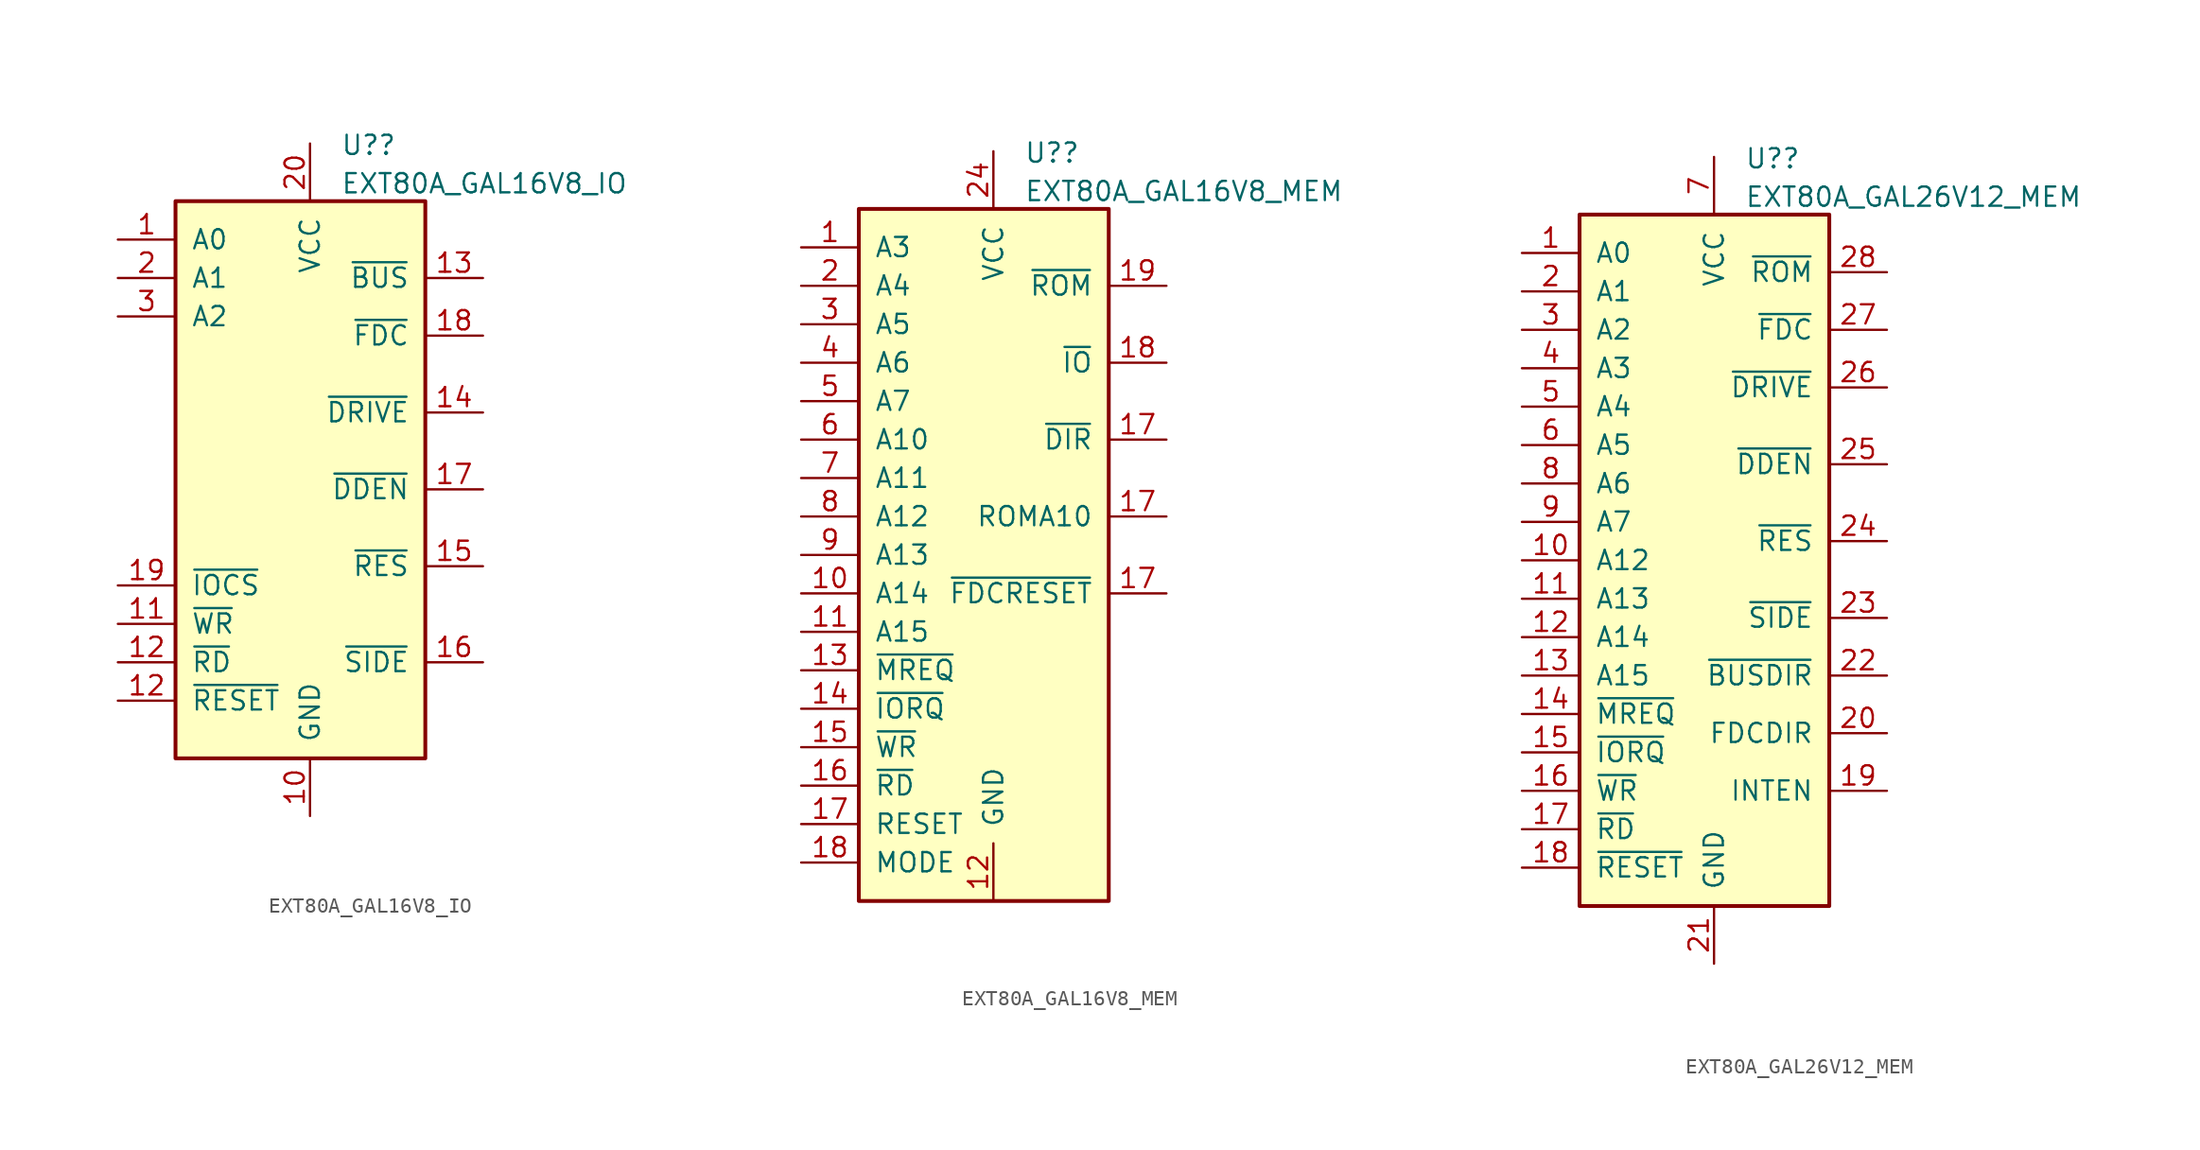
<source format=kicad_sym>
(kicad_symbol_lib
  (version 20220914)
  (generator kicad_symbol_editor)
  (symbol "EXT80A_GAL16V8_IO"
    (pin_names
      (offset 1.016))
    (property "Reference" "U?"
      (at 2.019 18.94 0)
      (effects (font (size 1.27 1.27)) (justify left)))
    (property "Value" "EXT80A_GAL16V8_IO"
      (at 2.019 16.403 0)
      (effects (font (size 1.27 1.27)) (justify left)))
    (symbol "EXT80A_GAL16V8_IO_0_0"
      (pin power_in line (at 0 -25.4 90) (length 3.81) (name "GND" (effects (font (size 1.27 1.27)))) (number "10" (effects (font (size 1.27 1.27)))))
      (pin power_in line (at 0 19.05 270) (length 3.81) (name "VCC" (effects (font (size 1.27 1.27)))) (number "20" (effects (font (size 1.27 1.27))))))
    (symbol "EXT80A_GAL16V8_IO_0_1"
      (rectangle (start -8.89 15.24) (end 7.62 -21.59) (stroke (width 0.254) (type default)) (fill (type background))))
    (symbol "EXT80A_GAL16V8_IO_1_1"
      (pin input line (at -12.7 12.7 0) (length 3.81) (name "A0" (effects (font (size 1.27 1.27)))) (number "1" (effects (font (size 1.27 1.27)))))
      (pin input line (at -12.7 -12.7 0) (length 3.81) (name "~{WR}" (effects (font (size 1.27 1.27)))) (number "11" (effects (font (size 1.27 1.27)))))
      (pin input line (at -12.7 -15.24 0) (length 3.81) (name "~{RD}" (effects (font (size 1.27 1.27)))) (number "12" (effects (font (size 1.27 1.27)))))
      (pin input line (at -12.7 -17.78 0) (length 3.81) (name "~{RESET}" (effects (font (size 1.27 1.27)))) (number "12" (effects (font (size 1.27 1.27)))))
      (pin output line (at 11.43 10.16 180) (length 3.81) (name "~{BUS}" (effects (font (size 1.27 1.27)))) (number "13" (effects (font (size 1.27 1.27)))))
      (pin output line (at 11.43 1.27 180) (length 3.81) (name "~{DRIVE}" (effects (font (size 1.27 1.27)))) (number "14" (effects (font (size 1.27 1.27)))))
      (pin output line (at 11.43 -8.89 180) (length 3.81) (name "~{RES}" (effects (font (size 1.27 1.27)))) (number "15" (effects (font (size 1.27 1.27)))))
      (pin output line (at 11.43 -15.24 180) (length 3.81) (name "~{SIDE}" (effects (font (size 1.27 1.27)))) (number "16" (effects (font (size 1.27 1.27)))))
      (pin output line (at 11.43 -3.81 180) (length 3.81) (name "~{DDEN}" (effects (font (size 1.27 1.27)))) (number "17" (effects (font (size 1.27 1.27)))))
      (pin output line (at 11.43 6.35 180) (length 3.81) (name "~{FDC}" (effects (font (size 1.27 1.27)))) (number "18" (effects (font (size 1.27 1.27)))))
      (pin input line (at -12.7 -10.16 0) (length 3.81) (name "~{IOCS}" (effects (font (size 1.27 1.27)))) (number "19" (effects (font (size 1.27 1.27)))))
      (pin input line (at -12.7 10.16 0) (length 3.81) (name "A1" (effects (font (size 1.27 1.27)))) (number "2" (effects (font (size 1.27 1.27)))))
      (pin input line (at -12.7 7.62 0) (length 3.81) (name "A2" (effects (font (size 1.27 1.27)))) (number "3" (effects (font (size 1.27 1.27)))))))
  (symbol "EXT80A_GAL16V8_MEM"
    (pin_names
      (offset 1.016))
    (property "Reference" "U?"
      (at 2.019 18.94 0)
      (effects (font (size 1.27 1.27)) (justify left)))
    (property "Value" "EXT80A_GAL16V8_MEM"
      (at 2.019 16.403 0)
      (effects (font (size 1.27 1.27)) (justify left)))
    (symbol "EXT80A_GAL16V8_MEM_0_0"
      (pin power_in line (at 0 -30.48 90) (length 3.81) (name "GND" (effects (font (size 1.27 1.27)))) (number "12" (effects (font (size 1.27 1.27)))))
      (pin power_in line (at 0 19.05 270) (length 3.81) (name "VCC" (effects (font (size 1.27 1.27)))) (number "24" (effects (font (size 1.27 1.27))))))
    (symbol "EXT80A_GAL16V8_MEM_0_1"
      (rectangle (start -8.89 15.24) (end 7.62 -30.48) (stroke (width 0.254) (type default)) (fill (type background))))
    (symbol "EXT80A_GAL16V8_MEM_1_1"
      (pin input line (at -12.7 12.7 0) (length 3.81) (name "A3" (effects (font (size 1.27 1.27)))) (number "1" (effects (font (size 1.27 1.27)))))
      (pin input line (at -12.7 -10.16 0) (length 3.81) (name "A14" (effects (font (size 1.27 1.27)))) (number "10" (effects (font (size 1.27 1.27)))))
      (pin input line (at -12.7 -12.7 0) (length 3.81) (name "A15" (effects (font (size 1.27 1.27)))) (number "11" (effects (font (size 1.27 1.27)))))
      (pin input line (at -12.7 -15.24 0) (length 3.81) (name "~{MREQ}" (effects (font (size 1.27 1.27)))) (number "13" (effects (font (size 1.27 1.27)))))
      (pin input line (at -12.7 -17.78 0) (length 3.81) (name "~{IORQ}" (effects (font (size 1.27 1.27)))) (number "14" (effects (font (size 1.27 1.27)))))
      (pin input line (at -12.7 -20.32 0) (length 3.81) (name "~{WR}" (effects (font (size 1.27 1.27)))) (number "15" (effects (font (size 1.27 1.27)))))
      (pin input line (at -12.7 -22.86 0) (length 3.81) (name "~{RD}" (effects (font (size 1.27 1.27)))) (number "16" (effects (font (size 1.27 1.27)))))
      (pin input line (at -12.7 -25.4 0) (length 3.81) (name "RESET" (effects (font (size 1.27 1.27)))) (number "17" (effects (font (size 1.27 1.27)))))
      (pin output line (at 11.43 -5.08 180) (length 3.81) (name "ROMA10" (effects (font (size 1.27 1.27)))) (number "17" (effects (font (size 1.27 1.27)))))
      (pin output line (at 11.43 0 180) (length 3.81) (name "~{DIR}" (effects (font (size 1.27 1.27)))) (number "17" (effects (font (size 1.27 1.27)))))
      (pin output line (at 11.43 -10.16 180) (length 3.81) (name "~{FDCRESET}" (effects (font (size 1.27 1.27)))) (number "17" (effects (font (size 1.27 1.27)))))
      (pin input line (at -12.7 -27.94 0) (length 3.81) (name "MODE" (effects (font (size 1.27 1.27)))) (number "18" (effects (font (size 1.27 1.27)))))
      (pin output line (at 11.43 5.08 180) (length 3.81) (name "~{IO}" (effects (font (size 1.27 1.27)))) (number "18" (effects (font (size 1.27 1.27)))))
      (pin output line (at 11.43 10.16 180) (length 3.81) (name "~{ROM}" (effects (font (size 1.27 1.27)))) (number "19" (effects (font (size 1.27 1.27)))))
      (pin input line (at -12.7 10.16 0) (length 3.81) (name "A4" (effects (font (size 1.27 1.27)))) (number "2" (effects (font (size 1.27 1.27)))))
      (pin input line (at -12.7 7.62 0) (length 3.81) (name "A5" (effects (font (size 1.27 1.27)))) (number "3" (effects (font (size 1.27 1.27)))))
      (pin input line (at -12.7 5.08 0) (length 3.81) (name "A6" (effects (font (size 1.27 1.27)))) (number "4" (effects (font (size 1.27 1.27)))))
      (pin input line (at -12.7 2.54 0) (length 3.81) (name "A7" (effects (font (size 1.27 1.27)))) (number "5" (effects (font (size 1.27 1.27)))))
      (pin input line (at -12.7 0 0) (length 3.81) (name "A10" (effects (font (size 1.27 1.27)))) (number "6" (effects (font (size 1.27 1.27)))))
      (pin input line (at -12.7 -2.54 0) (length 3.81) (name "A11" (effects (font (size 1.27 1.27)))) (number "7" (effects (font (size 1.27 1.27)))))
      (pin input line (at -12.7 -5.08 0) (length 3.81) (name "A12" (effects (font (size 1.27 1.27)))) (number "8" (effects (font (size 1.27 1.27)))))
      (pin input line (at -12.7 -7.62 0) (length 3.81) (name "A13" (effects (font (size 1.27 1.27)))) (number "9" (effects (font (size 1.27 1.27)))))))
  (symbol "EXT80A_GAL26V12_MEM"
    (pin_names
      (offset 1.016))
    (property "Reference" "U?"
      (at 2.019 18.94 0)
      (effects (font (size 1.27 1.27)) (justify left)))
    (property "Value" "EXT80A_GAL26V12_MEM"
      (at 2.019 16.403 0)
      (effects (font (size 1.27 1.27)) (justify left)))
    (symbol "EXT80A_GAL26V12_MEM_0_0"
      (pin power_in line (at 0 -34.29 90) (length 3.81) (name "GND" (effects (font (size 1.27 1.27)))) (number "21" (effects (font (size 1.27 1.27)))))
      (pin power_in line (at 0 19.05 270) (length 3.81) (name "VCC" (effects (font (size 1.27 1.27)))) (number "7" (effects (font (size 1.27 1.27))))))
    (symbol "EXT80A_GAL26V12_MEM_0_1"
      (rectangle (start -8.89 15.24) (end 7.62 -30.48) (stroke (width 0.254) (type default)) (fill (type background))))
    (symbol "EXT80A_GAL26V12_MEM_1_1"
      (pin input line (at -12.7 12.7 0) (length 3.81) (name "A0" (effects (font (size 1.27 1.27)))) (number "1" (effects (font (size 1.27 1.27)))))
      (pin input line (at -12.7 -7.62 0) (length 3.81) (name "A12" (effects (font (size 1.27 1.27)))) (number "10" (effects (font (size 1.27 1.27)))))
      (pin input line (at -12.7 -10.16 0) (length 3.81) (name "A13" (effects (font (size 1.27 1.27)))) (number "11" (effects (font (size 1.27 1.27)))))
      (pin input line (at -12.7 -12.7 0) (length 3.81) (name "A14" (effects (font (size 1.27 1.27)))) (number "12" (effects (font (size 1.27 1.27)))))
      (pin input line (at -12.7 -15.24 0) (length 3.81) (name "A15" (effects (font (size 1.27 1.27)))) (number "13" (effects (font (size 1.27 1.27)))))
      (pin input line (at -12.7 -17.78 0) (length 3.81) (name "~{MREQ}" (effects (font (size 1.27 1.27)))) (number "14" (effects (font (size 1.27 1.27)))))
      (pin input line (at -12.7 -20.32 0) (length 3.81) (name "~{IORQ}" (effects (font (size 1.27 1.27)))) (number "15" (effects (font (size 1.27 1.27)))))
      (pin input line (at -12.7 -22.86 0) (length 3.81) (name "~{WR}" (effects (font (size 1.27 1.27)))) (number "16" (effects (font (size 1.27 1.27)))))
      (pin input line (at -12.7 -25.4 0) (length 3.81) (name "~{RD}" (effects (font (size 1.27 1.27)))) (number "17" (effects (font (size 1.27 1.27)))))
      (pin input line (at -12.7 -27.94 0) (length 3.81) (name "~{RESET}" (effects (font (size 1.27 1.27)))) (number "18" (effects (font (size 1.27 1.27)))))
      (pin output line (at 11.43 -22.86 180) (length 3.81) (name "INTEN" (effects (font (size 1.27 1.27)))) (number "19" (effects (font (size 1.27 1.27)))))
      (pin input line (at -12.7 10.16 0) (length 3.81) (name "A1" (effects (font (size 1.27 1.27)))) (number "2" (effects (font (size 1.27 1.27)))))
      (pin output line (at 11.43 -19.05 180) (length 3.81) (name "FDCDIR" (effects (font (size 1.27 1.27)))) (number "20" (effects (font (size 1.27 1.27)))))
      (pin output line (at 11.43 -15.24 180) (length 3.81) (name "~{BUSDIR}" (effects (font (size 1.27 1.27)))) (number "22" (effects (font (size 1.27 1.27)))))
      (pin output line (at 11.43 -11.43 180) (length 3.81) (name "~{SIDE}" (effects (font (size 1.27 1.27)))) (number "23" (effects (font (size 1.27 1.27)))))
      (pin output line (at 11.43 -6.35 180) (length 3.81) (name "~{RES}" (effects (font (size 1.27 1.27)))) (number "24" (effects (font (size 1.27 1.27)))))
      (pin output line (at 11.43 -1.27 180) (length 3.81) (name "~{DDEN}" (effects (font (size 1.27 1.27)))) (number "25" (effects (font (size 1.27 1.27)))))
      (pin output line (at 11.43 3.81 180) (length 3.81) (name "~{DRIVE}" (effects (font (size 1.27 1.27)))) (number "26" (effects (font (size 1.27 1.27)))))
      (pin output line (at 11.43 7.62 180) (length 3.81) (name "~{FDC}" (effects (font (size 1.27 1.27)))) (number "27" (effects (font (size 1.27 1.27)))))
      (pin output line (at 11.43 11.43 180) (length 3.81) (name "~{ROM}" (effects (font (size 1.27 1.27)))) (number "28" (effects (font (size 1.27 1.27)))))
      (pin input line (at -12.7 7.62 0) (length 3.81) (name "A2" (effects (font (size 1.27 1.27)))) (number "3" (effects (font (size 1.27 1.27)))))
      (pin input line (at -12.7 5.08 0) (length 3.81) (name "A3" (effects (font (size 1.27 1.27)))) (number "4" (effects (font (size 1.27 1.27)))))
      (pin input line (at -12.7 2.54 0) (length 3.81) (name "A4" (effects (font (size 1.27 1.27)))) (number "5" (effects (font (size 1.27 1.27)))))
      (pin input line (at -12.7 0 0) (length 3.81) (name "A5" (effects (font (size 1.27 1.27)))) (number "6" (effects (font (size 1.27 1.27)))))
      (pin input line (at -12.7 -2.54 0) (length 3.81) (name "A6" (effects (font (size 1.27 1.27)))) (number "8" (effects (font (size 1.27 1.27)))))
      (pin input line (at -12.7 -5.08 0) (length 3.81) (name "A7" (effects (font (size 1.27 1.27)))) (number "9" (effects (font (size 1.27 1.27))))))))
</source>
